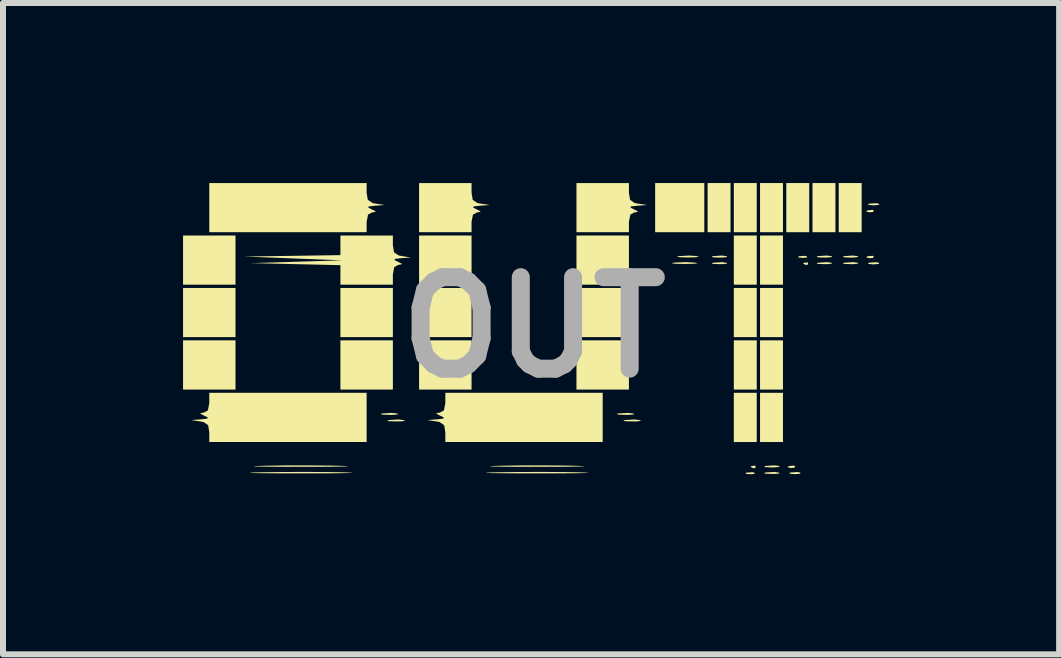
<source format=kicad_pcb>
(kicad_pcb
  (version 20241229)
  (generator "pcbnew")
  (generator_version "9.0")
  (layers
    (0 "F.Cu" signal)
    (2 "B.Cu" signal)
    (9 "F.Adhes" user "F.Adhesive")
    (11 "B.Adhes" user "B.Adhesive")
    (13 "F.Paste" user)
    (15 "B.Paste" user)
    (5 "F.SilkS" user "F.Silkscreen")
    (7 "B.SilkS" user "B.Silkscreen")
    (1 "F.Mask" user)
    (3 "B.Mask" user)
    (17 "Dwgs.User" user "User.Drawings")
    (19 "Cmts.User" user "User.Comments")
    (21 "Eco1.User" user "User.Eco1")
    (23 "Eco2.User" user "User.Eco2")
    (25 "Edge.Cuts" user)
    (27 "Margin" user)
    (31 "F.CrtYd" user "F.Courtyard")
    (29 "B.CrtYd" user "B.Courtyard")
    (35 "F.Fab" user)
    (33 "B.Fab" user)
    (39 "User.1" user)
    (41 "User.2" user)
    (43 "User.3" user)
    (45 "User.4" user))
  (footprint "OUT"
    (layer "F.Cu")
    (at 5.845 2.403)
    (property "Reference" "OUT" (at 0 0 0) (layer "F.Fab") (effects (font (size 1.524 1.524) (thickness 0.3))))
    (attr board_only exclude_from_pos_files exclude_from_bom)
    (fp_poly (pts (xy -4.971 -0.71) (xy -5.845 -0.71) (xy -5.845 -1.529) (xy -4.971 -1.529)) (stroke (width 0) (type solid)) (fill yes) (layer "F.SilkS"))
    (fp_poly (pts (xy -4.971 0.164) (xy -5.845 0.164) (xy -5.845 -0.655) (xy -4.971 -0.655)) (stroke (width 0) (type solid)) (fill yes) (layer "F.SilkS"))
    (fp_poly (pts (xy -4.971 1.038) (xy -5.845 1.038) (xy -5.845 0.218) (xy -4.971 0.218)) (stroke (width 0) (type solid)) (fill yes) (layer "F.SilkS"))
    (fp_poly (pts (xy -2.349 0.164) (xy -3.223 0.164) (xy -3.223 -0.655) (xy -2.349 -0.655)) (stroke (width 0) (type solid)) (fill yes) (layer "F.SilkS"))
    (fp_poly (pts (xy -2.349 1.038) (xy -3.223 1.038) (xy -3.223 0.218) (xy -2.349 0.218)) (stroke (width 0) (type solid)) (fill yes) (layer "F.SilkS"))
    (fp_poly (pts (xy -1.038 -0.71) (xy -1.912 -0.71) (xy -1.912 -1.529) (xy -1.038 -1.529)) (stroke (width 0) (type solid)) (fill yes) (layer "F.SilkS"))
    (fp_poly (pts (xy -1.038 0.164) (xy -1.912 0.164) (xy -1.912 -0.655) (xy -1.038 -0.655)) (stroke (width 0) (type solid)) (fill yes) (layer "F.SilkS"))
    (fp_poly (pts (xy -1.038 1.038) (xy -1.912 1.038) (xy -1.912 0.218) (xy -1.038 0.218)) (stroke (width 0) (type solid)) (fill yes) (layer "F.SilkS"))
    (fp_poly (pts (xy 1.584 -0.71) (xy 0.71 -0.71) (xy 0.71 -1.529) (xy 1.584 -1.529)) (stroke (width 0) (type solid)) (fill yes) (layer "F.SilkS"))
    (fp_poly (pts (xy 1.584 0.164) (xy 0.71 0.164) (xy 0.71 -0.655) (xy 1.584 -0.655)) (stroke (width 0) (type solid)) (fill yes) (layer "F.SilkS"))
    (fp_poly (pts (xy 1.584 1.038) (xy 0.71 1.038) (xy 0.71 0.218) (xy 1.584 0.218)) (stroke (width 0) (type solid)) (fill yes) (layer "F.SilkS"))
    (fp_poly (pts (xy 2.84 -1.584) (xy 2.021 -1.584) (xy 2.021 -2.403) (xy 2.84 -2.403)) (stroke (width 0) (type solid)) (fill yes) (layer "F.SilkS"))
    (fp_poly (pts (xy 3.277 -1.584) (xy 2.895 -1.584) (xy 2.895 -2.403) (xy 3.277 -2.403)) (stroke (width 0) (type solid)) (fill yes) (layer "F.SilkS"))
    (fp_poly (pts (xy 3.714 -1.584) (xy 3.332 -1.584) (xy 3.332 -2.403) (xy 3.714 -2.403)) (stroke (width 0) (type solid)) (fill yes) (layer "F.SilkS"))
    (fp_poly (pts (xy 3.714 -0.71) (xy 3.332 -0.71) (xy 3.332 -1.529) (xy 3.714 -1.529)) (stroke (width 0) (type solid)) (fill yes) (layer "F.SilkS"))
    (fp_poly (pts (xy 3.714 0.164) (xy 3.332 0.164) (xy 3.332 -0.655) (xy 3.714 -0.655)) (stroke (width 0) (type solid)) (fill yes) (layer "F.SilkS"))
    (fp_poly (pts (xy 3.714 1.038) (xy 3.332 1.038) (xy 3.332 0.218) (xy 3.714 0.218)) (stroke (width 0) (type solid)) (fill yes) (layer "F.SilkS"))
    (fp_poly (pts (xy 3.714 1.912) (xy 3.332 1.912) (xy 3.332 1.092) (xy 3.714 1.092)) (stroke (width 0) (type solid)) (fill yes) (layer "F.SilkS"))
    (fp_poly (pts (xy 4.151 -1.584) (xy 3.769 -1.584) (xy 3.769 -2.403) (xy 4.151 -2.403)) (stroke (width 0) (type solid)) (fill yes) (layer "F.SilkS"))
    (fp_poly (pts (xy 4.151 -0.71) (xy 3.769 -0.71) (xy 3.769 -1.529) (xy 4.151 -1.529)) (stroke (width 0) (type solid)) (fill yes) (layer "F.SilkS"))
    (fp_poly (pts (xy 4.151 0.164) (xy 3.769 0.164) (xy 3.769 -0.655) (xy 4.151 -0.655)) (stroke (width 0) (type solid)) (fill yes) (layer "F.SilkS"))
    (fp_poly (pts (xy 4.151 1.038) (xy 3.769 1.038) (xy 3.769 0.218) (xy 4.151 0.218)) (stroke (width 0) (type solid)) (fill yes) (layer "F.SilkS"))
    (fp_poly (pts (xy 4.151 1.912) (xy 3.769 1.912) (xy 3.769 1.092) (xy 4.151 1.092)) (stroke (width 0) (type solid)) (fill yes) (layer "F.SilkS"))
    (fp_poly (pts (xy 4.588 -1.584) (xy 4.206 -1.584) (xy 4.206 -2.403) (xy 4.588 -2.403)) (stroke (width 0) (type solid)) (fill yes) (layer "F.SilkS"))
    (fp_poly (pts (xy 5.025 -1.584) (xy 4.643 -1.584) (xy 4.643 -2.403) (xy 5.025 -2.403)) (stroke (width 0) (type solid)) (fill yes) (layer "F.SilkS"))
    (fp_poly (pts (xy 5.462 -1.584) (xy 5.08 -1.584) (xy 5.08 -2.403) (xy 5.462 -2.403)) (stroke (width 0) (type solid)) (fill yes) (layer "F.SilkS"))
    (fp_poly (pts (xy 3.673 2.422) (xy 3.68 2.442) (xy 3.605 2.449) (xy 3.528 2.441) (xy 3.537 2.422) (xy 3.649 2.415)) (stroke (width 0) (type solid)) (fill yes) (layer "F.SilkS"))
    (fp_poly (pts (xy 3.696 2.312) (xy 3.689 2.345) (xy 3.66 2.349) (xy 3.615 2.329) (xy 3.623 2.312) (xy 3.688 2.306)) (stroke (width 0) (type solid)) (fill yes) (layer "F.SilkS"))
    (fp_poly (pts (xy 4.355 2.316) (xy 4.339 2.341) (xy 4.283 2.345) (xy 4.225 2.331) (xy 4.25 2.312) (xy 4.336 2.305)) (stroke (width 0) (type solid)) (fill yes) (layer "F.SilkS"))
    (fp_poly (pts (xy 4.547 -1.183) (xy 4.554 -1.163) (xy 4.479 -1.156) (xy 4.402 -1.164) (xy 4.411 -1.183) (xy 4.523 -1.19)) (stroke (width 0) (type solid)) (fill yes) (layer "F.SilkS"))
    (fp_poly (pts (xy 4.57 -1.074) (xy 4.563 -1.042) (xy 4.534 -1.038) (xy 4.489 -1.058) (xy 4.497 -1.074) (xy 4.562 -1.081)) (stroke (width 0) (type solid)) (fill yes) (layer "F.SilkS"))
    (fp_poly (pts (xy 5.666 -1.945) (xy 5.65 -1.92) (xy 5.594 -1.916) (xy 5.536 -1.929) (xy 5.561 -1.949) (xy 5.647 -1.956)) (stroke (width 0) (type solid)) (fill yes) (layer "F.SilkS"))
    (fp_poly (pts (xy 5.666 -1.18) (xy 5.65 -1.155) (xy 5.594 -1.151) (xy 5.536 -1.165) (xy 5.561 -1.184) (xy 5.647 -1.191)) (stroke (width 0) (type solid)) (fill yes) (layer "F.SilkS"))
    (fp_poly (pts (xy -2.281 1.436) (xy -2.255 1.45) (xy -2.323 1.458) (xy -2.403 1.46) (xy -2.522 1.456) (xy -2.554 1.445) (xy -2.526 1.436) (xy -2.367 1.427)) (stroke (width 0) (type solid)) (fill yes) (layer "F.SilkS"))
    (fp_poly (pts (xy -2.171 1.546) (xy -2.145 1.559) (xy -2.214 1.568) (xy -2.294 1.569) (xy -2.412 1.565) (xy -2.445 1.554) (xy -2.417 1.546) (xy -2.258 1.536)) (stroke (width 0) (type solid)) (fill yes) (layer "F.SilkS"))
    (fp_poly (pts (xy 1.652 1.436) (xy 1.678 1.45) (xy 1.61 1.458) (xy 1.529 1.46) (xy 1.411 1.456) (xy 1.379 1.445) (xy 1.407 1.436) (xy 1.566 1.427)) (stroke (width 0) (type solid)) (fill yes) (layer "F.SilkS"))
    (fp_poly (pts (xy 1.762 1.546) (xy 1.787 1.559) (xy 1.719 1.568) (xy 1.639 1.569) (xy 1.521 1.565) (xy 1.488 1.554) (xy 1.516 1.546) (xy 1.675 1.536)) (stroke (width 0) (type solid)) (fill yes) (layer "F.SilkS"))
    (fp_poly (pts (xy 2.718 -1.186) (xy 2.751 -1.174) (xy 2.689 -1.166) (xy 2.567 -1.163) (xy 2.432 -1.167) (xy 2.382 -1.176) (xy 2.417 -1.186) (xy 2.594 -1.195)) (stroke (width 0) (type solid)) (fill yes) (layer "F.SilkS"))
    (fp_poly (pts (xy 3.21 -1.185) (xy 3.223 -1.17) (xy 3.144 -1.162) (xy 3.086 -1.161) (xy 2.98 -1.166) (xy 2.964 -1.179) (xy 2.991 -1.186) (xy 3.134 -1.195)) (stroke (width 0) (type solid)) (fill yes) (layer "F.SilkS"))
    (fp_poly (pts (xy 3.21 -1.075) (xy 3.223 -1.061) (xy 3.144 -1.052) (xy 3.086 -1.052) (xy 2.98 -1.057) (xy 2.964 -1.069) (xy 2.991 -1.076) (xy 3.134 -1.085)) (stroke (width 0) (type solid)) (fill yes) (layer "F.SilkS"))
    (fp_poly (pts (xy 4.084 2.311) (xy 4.097 2.326) (xy 4.018 2.334) (xy 3.96 2.335) (xy 3.854 2.33) (xy 3.838 2.317) (xy 3.865 2.31) (xy 4.008 2.301)) (stroke (width 0) (type solid)) (fill yes) (layer "F.SilkS"))
    (fp_poly (pts (xy 4.084 2.421) (xy 4.097 2.435) (xy 4.018 2.444) (xy 3.96 2.444) (xy 3.854 2.439) (xy 3.838 2.427) (xy 3.865 2.419) (xy 4.008 2.411)) (stroke (width 0) (type solid)) (fill yes) (layer "F.SilkS"))
    (fp_poly (pts (xy 4.439 2.422) (xy 4.441 2.44) (xy 4.356 2.447) (xy 4.343 2.447) (xy 4.258 2.44) (xy 4.266 2.423) (xy 4.275 2.42) (xy 4.394 2.412)) (stroke (width 0) (type solid)) (fill yes) (layer "F.SilkS"))
    (fp_poly (pts (xy 4.958 -1.185) (xy 4.971 -1.17) (xy 4.892 -1.162) (xy 4.834 -1.161) (xy 4.728 -1.166) (xy 4.712 -1.179) (xy 4.739 -1.186) (xy 4.882 -1.195)) (stroke (width 0) (type solid)) (fill yes) (layer "F.SilkS"))
    (fp_poly (pts (xy 4.958 -1.075) (xy 4.971 -1.061) (xy 4.892 -1.052) (xy 4.834 -1.052) (xy 4.728 -1.057) (xy 4.712 -1.069) (xy 4.739 -1.076) (xy 4.882 -1.085)) (stroke (width 0) (type solid)) (fill yes) (layer "F.SilkS"))
    (fp_poly (pts (xy 5.395 -1.185) (xy 5.407 -1.17) (xy 5.329 -1.162) (xy 5.271 -1.161) (xy 5.165 -1.166) (xy 5.149 -1.179) (xy 5.176 -1.186) (xy 5.319 -1.195)) (stroke (width 0) (type solid)) (fill yes) (layer "F.SilkS"))
    (fp_poly (pts (xy 5.395 -1.075) (xy 5.407 -1.061) (xy 5.329 -1.052) (xy 5.271 -1.052) (xy 5.165 -1.057) (xy 5.149 -1.069) (xy 5.176 -1.076) (xy 5.319 -1.085)) (stroke (width 0) (type solid)) (fill yes) (layer "F.SilkS"))
    (fp_poly (pts (xy 5.75 -2.057) (xy 5.752 -2.039) (xy 5.666 -2.032) (xy 5.654 -2.032) (xy 5.569 -2.04) (xy 5.577 -2.056) (xy 5.586 -2.059) (xy 5.705 -2.067)) (stroke (width 0) (type solid)) (fill yes) (layer "F.SilkS"))
    (fp_poly (pts (xy 5.75 -1.074) (xy 5.752 -1.056) (xy 5.666 -1.048) (xy 5.654 -1.048) (xy 5.569 -1.056) (xy 5.577 -1.073) (xy 5.586 -1.076) (xy 5.705 -1.084)) (stroke (width 0) (type solid)) (fill yes) (layer "F.SilkS"))
    (fp_poly (pts (xy 2.69 -1.077) (xy 2.731 -1.067) (xy 2.676 -1.059) (xy 2.535 -1.055) (xy 2.513 -1.055) (xy 2.363 -1.058) (xy 2.296 -1.066) (xy 2.324 -1.076) (xy 2.335 -1.077) (xy 2.527 -1.086)) (stroke (width 0) (type solid)) (fill yes) (layer "F.SilkS"))
    (fp_poly (pts (xy -3.404 2.304) (xy -3.236 2.308) (xy -3.112 2.313) (xy -3.09 2.317) (xy -3.164 2.32) (xy -3.328 2.323) (xy -3.576 2.325) (xy -3.878 2.325) (xy -4.198 2.325) (xy -4.441 2.323) (xy -4.6 2.32) (xy -4.668 2.317) (xy -4.64 2.312) (xy -4.52 2.308) (xy -4.175 2.302) (xy -3.782 2.301)) (stroke (width 0) (type solid)) (fill yes) (layer "F.SilkS"))
    (fp_poly (pts (xy 0.529 2.304) (xy 0.696 2.308) (xy 0.821 2.313) (xy 0.843 2.317) (xy 0.769 2.32) (xy 0.605 2.323) (xy 0.357 2.325) (xy 0.055 2.325) (xy -0.266 2.325) (xy -0.508 2.323) (xy -0.667 2.32) (xy -0.736 2.317) (xy -0.707 2.312) (xy -0.587 2.308) (xy -0.242 2.302) (xy 0.151 2.301)) (stroke (width 0) (type solid)) (fill yes) (layer "F.SilkS"))
    (fp_poly (pts (xy -3.41 2.413) (xy -3.182 2.417) (xy -3.05 2.422) (xy -3.02 2.426) (xy -3.088 2.429) (xy -3.247 2.432) (xy -3.49 2.434) (xy -3.811 2.434) (xy -3.878 2.434) (xy -4.213 2.434) (xy -4.471 2.432) (xy -4.646 2.43) (xy -4.731 2.426) (xy -4.72 2.422) (xy -4.607 2.418) (xy -4.575 2.417) (xy -4.216 2.412) (xy -3.808 2.41)) (stroke (width 0) (type solid)) (fill yes) (layer "F.SilkS"))
    (fp_poly (pts (xy 0.523 2.413) (xy 0.751 2.417) (xy 0.883 2.422) (xy 0.912 2.426) (xy 0.845 2.429) (xy 0.686 2.432) (xy 0.443 2.434) (xy 0.122 2.434) (xy 0.055 2.434) (xy -0.28 2.434) (xy -0.538 2.432) (xy -0.713 2.43) (xy -0.798 2.426) (xy -0.787 2.422) (xy -0.674 2.418) (xy -0.642 2.417) (xy -0.283 2.412) (xy 0.125 2.41)) (stroke (width 0) (type solid)) (fill yes) (layer "F.SilkS"))
    (fp_poly (pts (xy -2.786 -2.243) (xy -2.767 -2.124) (xy -2.69 -2.071) (xy -2.636 -2.06) (xy -2.485 -2.037) (xy -2.649 -2.025) (xy -2.753 -2.013) (xy -2.758 -1.993) (xy -2.704 -1.966) (xy -2.633 -1.93) (xy -2.662 -1.917) (xy -2.69 -1.916) (xy -2.763 -1.877) (xy -2.786 -1.756) (xy -2.786 -1.748) (xy -2.786 -1.584) (xy -5.408 -1.584) (xy -5.408 -2.403) (xy -2.786 -2.403)) (stroke (width 0) (type solid)) (fill yes) (layer "F.SilkS"))
    (fp_poly (pts (xy -2.786 1.912) (xy -5.408 1.912) (xy -5.408 1.752) (xy -5.426 1.632) (xy -5.504 1.579) (xy -5.558 1.569) (xy -5.708 1.546) (xy -5.544 1.534) (xy -5.44 1.522) (xy -5.435 1.501) (xy -5.49 1.475) (xy -5.56 1.439) (xy -5.532 1.426) (xy -5.503 1.424) (xy -5.431 1.385) (xy -5.408 1.264) (xy -5.408 1.256) (xy -5.408 1.092) (xy -2.786 1.092)) (stroke (width 0) (type solid)) (fill yes) (layer "F.SilkS"))
    (fp_poly (pts (xy -1.038 -2.243) (xy -1.019 -2.124) (xy -0.942 -2.071) (xy -0.888 -2.06) (xy -0.737 -2.037) (xy -0.901 -2.025) (xy -1.005 -2.013) (xy -1.01 -1.993) (xy -0.956 -1.966) (xy -0.885 -1.93) (xy -0.914 -1.917) (xy -0.942 -1.916) (xy -1.015 -1.877) (xy -1.038 -1.756) (xy -1.038 -1.748) (xy -1.038 -1.584) (xy -1.912 -1.584) (xy -1.912 -2.403) (xy -1.038 -2.403)) (stroke (width 0) (type solid)) (fill yes) (layer "F.SilkS"))
    (fp_poly (pts (xy 1.147 1.912) (xy -1.475 1.912) (xy -1.475 1.752) (xy -1.494 1.632) (xy -1.571 1.579) (xy -1.625 1.569) (xy -1.775 1.546) (xy -1.611 1.534) (xy -1.507 1.522) (xy -1.503 1.501) (xy -1.557 1.475) (xy -1.627 1.439) (xy -1.599 1.426) (xy -1.57 1.424) (xy -1.498 1.385) (xy -1.475 1.264) (xy -1.475 1.256) (xy -1.475 1.092) (xy 1.147 1.092)) (stroke (width 0) (type solid)) (fill yes) (layer "F.SilkS"))
    (fp_poly (pts (xy 1.584 -2.243) (xy 1.603 -2.124) (xy 1.68 -2.071) (xy 1.734 -2.06) (xy 1.885 -2.037) (xy 1.721 -2.025) (xy 1.617 -2.013) (xy 1.612 -1.993) (xy 1.666 -1.966) (xy 1.737 -1.93) (xy 1.708 -1.917) (xy 1.68 -1.916) (xy 1.607 -1.877) (xy 1.584 -1.756) (xy 1.584 -1.748) (xy 1.584 -1.584) (xy 0.71 -1.584) (xy 0.71 -2.403) (xy 1.584 -2.403)) (stroke (width 0) (type solid)) (fill yes) (layer "F.SilkS"))
    (fp_poly (pts (xy -2.349 -1.369) (xy -2.33 -1.25) (xy -2.253 -1.197) (xy -2.199 -1.186) (xy -2.048 -1.163) (xy -2.212 -1.151) (xy -2.316 -1.139) (xy -2.321 -1.119) (xy -2.267 -1.092) (xy -2.196 -1.056) (xy -2.225 -1.043) (xy -2.253 -1.042) (xy -2.326 -1.003) (xy -2.349 -0.882) (xy -2.349 -0.874) (xy -2.349 -0.71) (xy -3.223 -0.71) (xy -3.223 -1.035) (xy -3.974 -1.052) (xy -4.725 -1.069) (xy -3.96 -1.092) (xy -3.195 -1.115) (xy -4.834 -1.179) (xy -4.028 -1.19) (xy -3.223 -1.202) (xy -3.223 -1.529) (xy -2.349 -1.529)) (stroke (width 0) (type solid)) (fill yes) (layer "F.SilkS")))
  (gr_rect
    (start -3 -3)
    (end 14.597 7.853)
    (stroke (width 0.1) (type default))
    (fill no)
    (layer "Edge.Cuts")))
</source>
